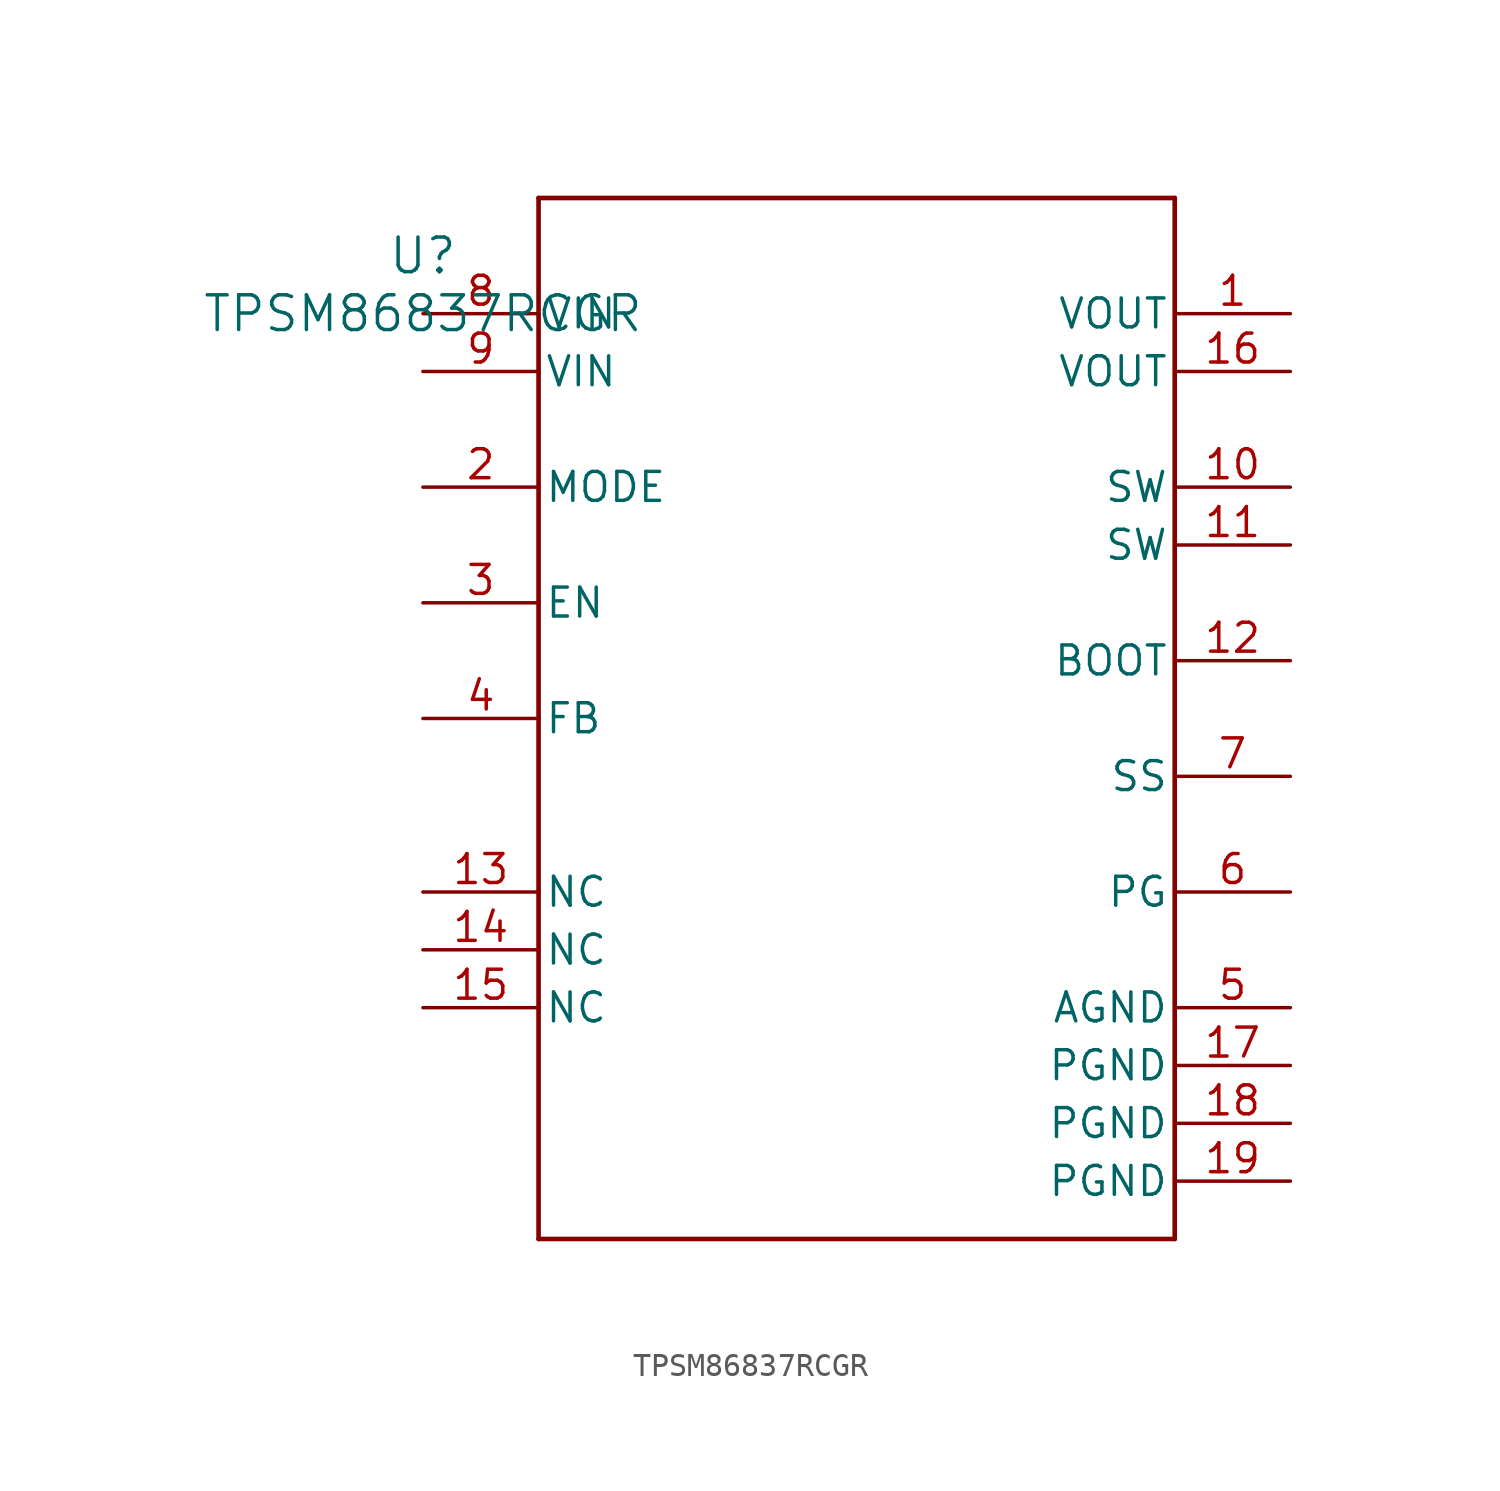
<source format=kicad_sym>
(kicad_symbol_lib
  (version 20211014)
  (generator kicad_symbol_editor)
  (symbol "TPSM86837RCGR"
    (pin_names
      (offset 0.254))
    (property "Reference" "U"
      (at 0 2.54 0)
      (effects (font (size 1.524 1.524))))
    (property "Value" "TPSM86837RCGR"
      (at 0 0 0)
      (effects (font (size 1.524 1.524))))
    (symbol "TPSM86837RCGR_0_1"
      (polyline (pts (xy 5.08 -40.64) (xy 33.02 -40.64)) (stroke (width 0.203) (type default) (color 0 0 0 0)) (fill (type none)))
      (polyline (pts (xy 33.02 -40.64) (xy 33.02 5.08)) (stroke (width 0.203) (type default) (color 0 0 0 0)) (fill (type none)))
      (polyline (pts (xy 33.02 5.08) (xy 5.08 5.08)) (stroke (width 0.203) (type default) (color 0 0 0 0)) (fill (type none)))
      (polyline (pts (xy 5.08 5.08) (xy 5.08 -40.64)) (stroke (width 0.203) (type default) (color 0 0 0 0)) (fill (type none)))
      (pin unspecified line (at 38.1 0 180) (length 5.08) (name "VOUT" (effects (font (size 1.27 1.27)))) (number "1" (effects (font (size 1.27 1.27)))))
      (pin input line (at 0 -7.62 0) (length 5.08) (name "MODE" (effects (font (size 1.27 1.27)))) (number "2" (effects (font (size 1.27 1.27)))))
      (pin input line (at 0 -12.7 0) (length 5.08) (name "EN" (effects (font (size 1.27 1.27)))) (number "3" (effects (font (size 1.27 1.27)))))
      (pin input line (at 0 -17.78 0) (length 5.08) (name "FB" (effects (font (size 1.27 1.27)))) (number "4" (effects (font (size 1.27 1.27)))))
      (pin power_in line (at 38.1 -30.48 180) (length 5.08) (name "AGND" (effects (font (size 1.27 1.27)))) (number "5" (effects (font (size 1.27 1.27)))))
      (pin open_collector line (at 38.1 -25.4 180) (length 5.08) (name "PG" (effects (font (size 1.27 1.27)))) (number "6" (effects (font (size 1.27 1.27)))))
      (pin input line (at 38.1 -20.32 180) (length 5.08) (name "SS" (effects (font (size 1.27 1.27)))) (number "7" (effects (font (size 1.27 1.27)))))
      (pin power_in line (at 0 0 0) (length 5.08) (name "VIN" (effects (font (size 1.27 1.27)))) (number "8" (effects (font (size 1.27 1.27)))))
      (pin power_in line (at 0 -2.54 0) (length 5.08) (name "VIN" (effects (font (size 1.27 1.27)))) (number "9" (effects (font (size 1.27 1.27)))))
      (pin unspecified line (at 38.1 -7.62 180) (length 5.08) (name "SW" (effects (font (size 1.27 1.27)))) (number "10" (effects (font (size 1.27 1.27)))))
      (pin unspecified line (at 38.1 -10.16 180) (length 5.08) (name "SW" (effects (font (size 1.27 1.27)))) (number "11" (effects (font (size 1.27 1.27)))))
      (pin unspecified line (at 38.1 -15.24 180) (length 5.08) (name "BOOT" (effects (font (size 1.27 1.27)))) (number "12" (effects (font (size 1.27 1.27)))))
      (pin unspecified line (at 0 -25.4 0) (length 5.08) (name "NC" (effects (font (size 1.27 1.27)))) (number "13" (effects (font (size 1.27 1.27)))))
      (pin unspecified line (at 0 -27.94 0) (length 5.08) (name "NC" (effects (font (size 1.27 1.27)))) (number "14" (effects (font (size 1.27 1.27)))))
      (pin unspecified line (at 0 -30.48 0) (length 5.08) (name "NC" (effects (font (size 1.27 1.27)))) (number "15" (effects (font (size 1.27 1.27)))))
      (pin unspecified line (at 38.1 -2.54 180) (length 5.08) (name "VOUT" (effects (font (size 1.27 1.27)))) (number "16" (effects (font (size 1.27 1.27)))))
      (pin power_in line (at 38.1 -33.02 180) (length 5.08) (name "PGND" (effects (font (size 1.27 1.27)))) (number "17" (effects (font (size 1.27 1.27)))))
      (pin power_in line (at 38.1 -35.56 180) (length 5.08) (name "PGND" (effects (font (size 1.27 1.27)))) (number "18" (effects (font (size 1.27 1.27)))))
      (pin power_in line (at 38.1 -38.1 180) (length 5.08) (name "PGND" (effects (font (size 1.27 1.27)))) (number "19" (effects (font (size 1.27 1.27))))))))
</source>
